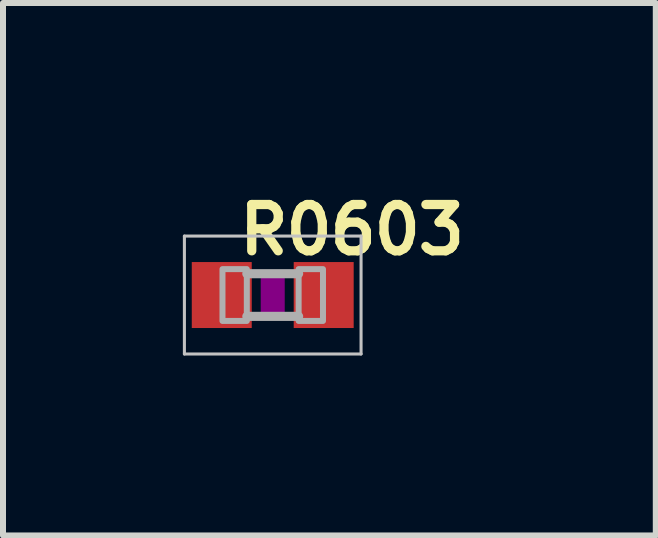
<source format=kicad_pcb>
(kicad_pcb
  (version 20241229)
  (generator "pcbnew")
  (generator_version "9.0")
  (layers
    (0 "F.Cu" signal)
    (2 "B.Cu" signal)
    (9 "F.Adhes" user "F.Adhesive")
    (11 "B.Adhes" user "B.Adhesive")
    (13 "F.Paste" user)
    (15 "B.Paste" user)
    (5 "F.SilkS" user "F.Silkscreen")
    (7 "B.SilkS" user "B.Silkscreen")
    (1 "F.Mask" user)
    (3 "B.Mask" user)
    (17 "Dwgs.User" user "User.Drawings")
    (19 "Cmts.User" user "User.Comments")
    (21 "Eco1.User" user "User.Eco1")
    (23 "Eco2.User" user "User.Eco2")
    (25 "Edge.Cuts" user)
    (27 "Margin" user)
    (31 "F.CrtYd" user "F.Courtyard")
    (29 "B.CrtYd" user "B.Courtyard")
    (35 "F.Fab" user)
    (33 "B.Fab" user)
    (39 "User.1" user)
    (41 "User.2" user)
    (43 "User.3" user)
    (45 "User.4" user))
  (footprint "R0603"
    (layer "F.Cu")
    (at 1.498 1.87)
    (property "Reference" "R0603" (at -0.635 -0.635 180) (layer "F.SilkS") (effects (font (size 0.772 0.772) (thickness 0.154)) (justify left bottom)))
    (attr through_hole)
    (fp_poly (pts (xy -0.2 0.4) (xy 0.2 0.4) (xy 0.2 -0.4) (xy -0.2 -0.4)) (stroke (width 0) (type solid)) (fill yes) (layer "F.Adhes"))
    (fp_line (start -1.473 -0.983) (end 1.473 -0.983) (stroke (width 0.051) (type solid)) (layer "Dwgs.User"))
    (fp_line (start -1.473 0.983) (end -1.473 -0.983) (stroke (width 0.051) (type solid)) (layer "Dwgs.User"))
    (fp_line (start 1.473 -0.983) (end 1.473 0.983) (stroke (width 0.051) (type solid)) (layer "Dwgs.User"))
    (fp_line (start 1.473 0.983) (end -1.473 0.983) (stroke (width 0.051) (type solid)) (layer "Dwgs.User"))
    (fp_line (start -0.432 0.356) (end 0.432 0.356) (stroke (width 0.152) (type solid)) (layer "F.Fab"))
    (fp_line (start 0.432 -0.356) (end -0.432 -0.356) (stroke (width 0.152) (type solid)) (layer "F.Fab"))
    (fp_poly (pts (xy -0.838 0.432) (xy -0.432 0.432) (xy -0.432 -0.432) (xy -0.838 -0.432)) (stroke (width 0.1) (type solid)) (fill no) (layer "F.Fab"))
    (fp_poly (pts (xy 0.432 0.432) (xy 0.838 0.432) (xy 0.838 -0.432) (xy 0.432 -0.432)) (stroke (width 0.1) (type solid)) (fill no) (layer "F.Fab"))
    (pad "1" smd rect (at -0.85 0) (size 1 1.1) (layers "F.Cu" "F.Mask" "F.Paste"))
    (pad "2" smd rect (at 0.85 0) (size 1 1.1) (layers "F.Cu" "F.Mask" "F.Paste")))
  (gr_rect
    (start -3 -3)
    (end 7.886 5.879)
    (stroke (width 0.1) (type default))
    (fill no)
    (layer "Edge.Cuts")))
</source>
